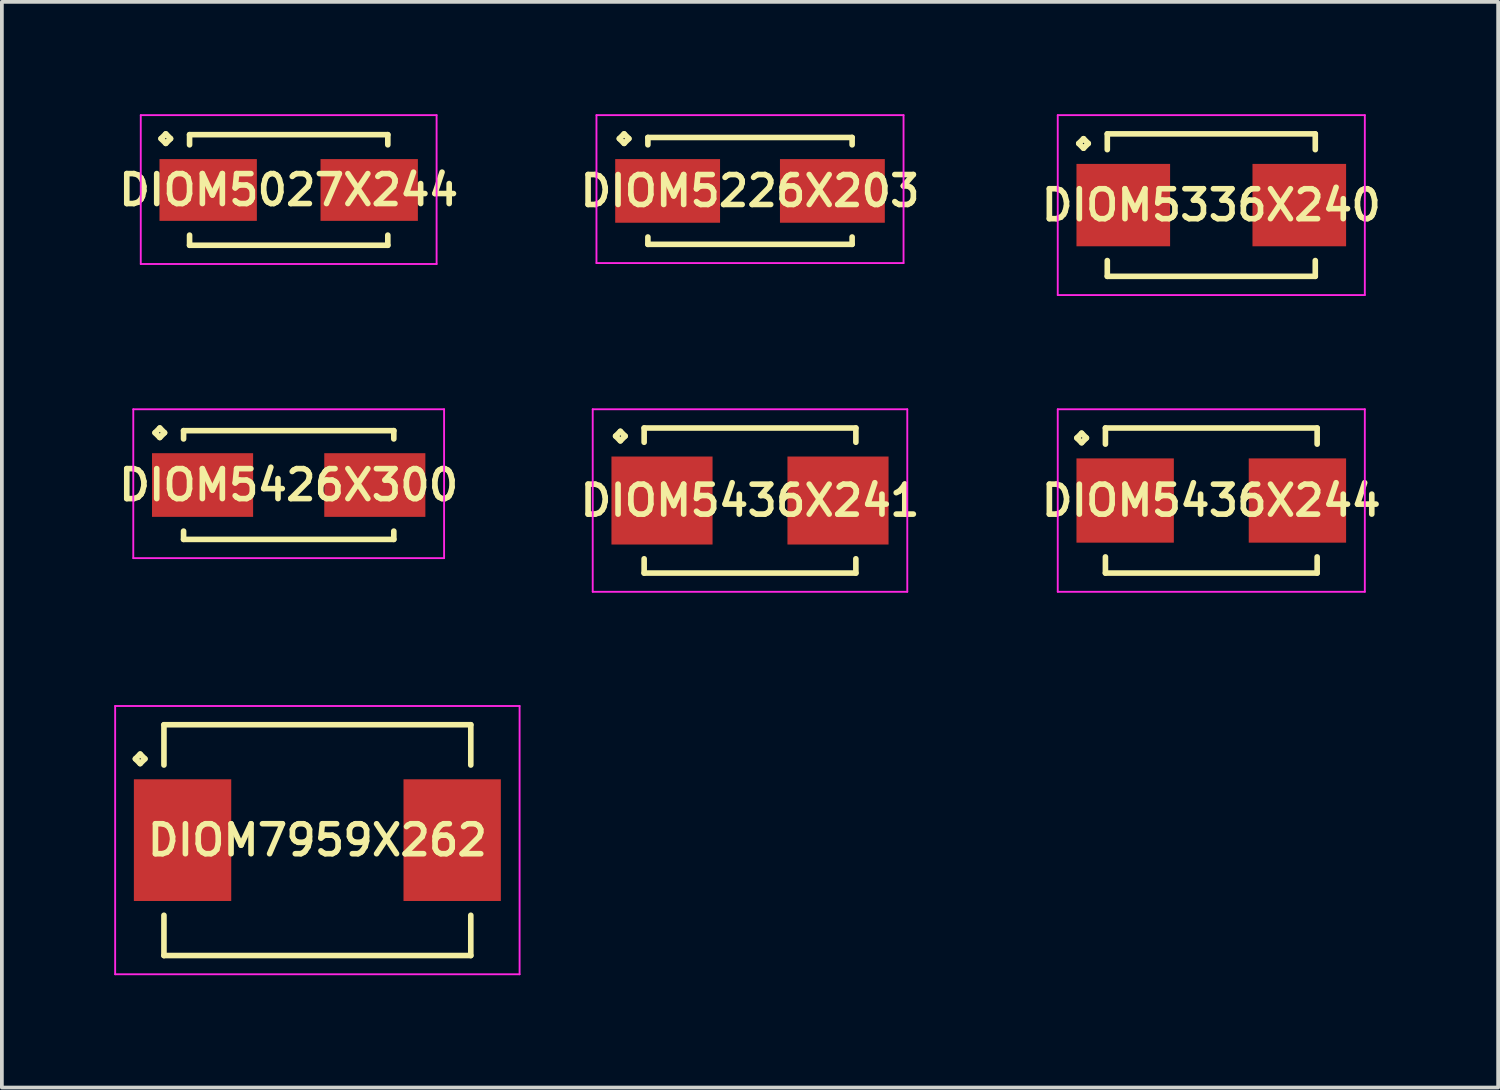
<source format=kicad_pcb>
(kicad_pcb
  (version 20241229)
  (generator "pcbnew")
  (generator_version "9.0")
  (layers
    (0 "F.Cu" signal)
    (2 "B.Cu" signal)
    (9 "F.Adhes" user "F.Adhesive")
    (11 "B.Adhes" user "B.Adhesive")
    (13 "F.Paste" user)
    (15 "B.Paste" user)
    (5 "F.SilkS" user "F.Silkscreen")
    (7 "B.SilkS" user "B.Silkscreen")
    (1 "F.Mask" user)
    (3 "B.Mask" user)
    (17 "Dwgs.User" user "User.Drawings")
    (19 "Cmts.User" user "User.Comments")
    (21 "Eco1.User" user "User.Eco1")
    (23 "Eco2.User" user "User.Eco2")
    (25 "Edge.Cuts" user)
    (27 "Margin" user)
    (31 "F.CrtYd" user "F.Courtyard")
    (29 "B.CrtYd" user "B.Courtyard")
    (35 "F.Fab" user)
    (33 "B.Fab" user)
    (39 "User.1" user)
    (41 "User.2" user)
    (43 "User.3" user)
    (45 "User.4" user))
  (footprint "DIOM7959X262"
    (layer "F.Cu")
    (at 5.425 19.385)
    (property "Reference" "DIOM7959X262" (at 0 0 0) (layer "F.SilkS") (effects (font (size 0.8 0.8) (thickness 0.15))))
    (attr smd)
    (fp_line (start -4.859 -2.171) (end -4.732 -2.298) (stroke (width 0.15) (type solid)) (layer "F.SilkS"))
    (fp_line (start -4.732 -2.298) (end -4.605 -2.171) (stroke (width 0.15) (type solid)) (layer "F.SilkS"))
    (fp_line (start -4.732 -2.044) (end -4.859 -2.171) (stroke (width 0.15) (type solid)) (layer "F.SilkS"))
    (fp_line (start -4.605 -2.171) (end -4.732 -2.044) (stroke (width 0.15) (type solid)) (layer "F.SilkS"))
    (fp_line (start -4.097 -3.082) (end 4.097 -3.082) (stroke (width 0.15) (type solid)) (layer "F.SilkS"))
    (fp_line (start -4.097 -2.006) (end -4.097 -3.082) (stroke (width 0.15) (type solid)) (layer "F.SilkS"))
    (fp_line (start -4.097 2.006) (end -4.097 3.082) (stroke (width 0.15) (type solid)) (layer "F.SilkS"))
    (fp_line (start -4.097 3.082) (end 4.097 3.082) (stroke (width 0.15) (type solid)) (layer "F.SilkS"))
    (fp_line (start 4.097 -3.082) (end 4.097 -2.006) (stroke (width 0.15) (type solid)) (layer "F.SilkS"))
    (fp_line (start 4.097 3.082) (end 4.097 2.006) (stroke (width 0.15) (type solid)) (layer "F.SilkS"))
    (fp_line (start -5.4 -3.582) (end 5.4 -3.582) (stroke (width 0.05) (type solid)) (layer "F.CrtYd"))
    (fp_line (start -5.4 3.582) (end -5.4 -3.582) (stroke (width 0.05) (type solid)) (layer "F.CrtYd"))
    (fp_line (start 5.4 -3.582) (end 5.4 3.582) (stroke (width 0.05) (type solid)) (layer "F.CrtYd"))
    (fp_line (start 5.4 3.582) (end -5.4 3.582) (stroke (width 0.05) (type solid)) (layer "F.CrtYd"))
    (pad "1" smd rect (at -3.6 0) (size 2.6 3.25) (layers "F.Cu" "F.Mask" "F.Paste"))
    (pad "2" smd rect (at 3.6 0) (size 2.6 3.25) (layers "F.Cu" "F.Mask" "F.Paste")))
  (footprint "DIOM5436X241"
    (layer "F.Cu")
    (at 16.978 10.316)
    (property "Reference" "DIOM5436X241" (at 0 0 0) (layer "F.SilkS") (effects (font (size 0.8 0.8) (thickness 0.15))))
    (attr smd)
    (fp_line (start -3.589 -1.721) (end -3.462 -1.848) (stroke (width 0.15) (type solid)) (layer "F.SilkS"))
    (fp_line (start -3.462 -1.848) (end -3.335 -1.721) (stroke (width 0.15) (type solid)) (layer "F.SilkS"))
    (fp_line (start -3.462 -1.594) (end -3.589 -1.721) (stroke (width 0.15) (type solid)) (layer "F.SilkS"))
    (fp_line (start -3.335 -1.721) (end -3.462 -1.594) (stroke (width 0.15) (type solid)) (layer "F.SilkS"))
    (fp_line (start -2.827 -1.937) (end 2.827 -1.937) (stroke (width 0.15) (type solid)) (layer "F.SilkS"))
    (fp_line (start -2.827 -1.556) (end -2.827 -1.937) (stroke (width 0.15) (type solid)) (layer "F.SilkS"))
    (fp_line (start -2.827 1.556) (end -2.827 1.937) (stroke (width 0.15) (type solid)) (layer "F.SilkS"))
    (fp_line (start -2.827 1.937) (end 2.827 1.937) (stroke (width 0.15) (type solid)) (layer "F.SilkS"))
    (fp_line (start 2.827 -1.937) (end 2.827 -1.556) (stroke (width 0.15) (type solid)) (layer "F.SilkS"))
    (fp_line (start 2.827 1.937) (end 2.827 1.556) (stroke (width 0.15) (type solid)) (layer "F.SilkS"))
    (fp_line (start -4.2 -2.437) (end 4.2 -2.437) (stroke (width 0.05) (type solid)) (layer "F.CrtYd"))
    (fp_line (start -4.2 2.437) (end -4.2 -2.437) (stroke (width 0.05) (type solid)) (layer "F.CrtYd"))
    (fp_line (start 4.2 -2.437) (end 4.2 2.437) (stroke (width 0.05) (type solid)) (layer "F.CrtYd"))
    (fp_line (start 4.2 2.437) (end -4.2 2.437) (stroke (width 0.05) (type solid)) (layer "F.CrtYd"))
    (pad "1" smd rect (at -2.35 0) (size 2.7 2.35) (layers "F.Cu" "F.Mask" "F.Paste"))
    (pad "2" smd rect (at 2.35 0) (size 2.7 2.35) (layers "F.Cu" "F.Mask" "F.Paste")))
  (footprint "DIOM5336X240"
    (layer "F.Cu")
    (at 29.296 2.427)
    (property "Reference" "DIOM5336X240" (at 0 0 0) (layer "F.SilkS") (effects (font (size 0.8 0.8) (thickness 0.15))))
    (attr smd)
    (fp_line (start -3.539 -1.646) (end -3.412 -1.773) (stroke (width 0.15) (type solid)) (layer "F.SilkS"))
    (fp_line (start -3.412 -1.773) (end -3.285 -1.646) (stroke (width 0.15) (type solid)) (layer "F.SilkS"))
    (fp_line (start -3.412 -1.519) (end -3.539 -1.646) (stroke (width 0.15) (type solid)) (layer "F.SilkS"))
    (fp_line (start -3.285 -1.646) (end -3.412 -1.519) (stroke (width 0.15) (type solid)) (layer "F.SilkS"))
    (fp_line (start -2.777 -1.902) (end 2.777 -1.902) (stroke (width 0.15) (type solid)) (layer "F.SilkS"))
    (fp_line (start -2.777 -1.481) (end -2.777 -1.902) (stroke (width 0.15) (type solid)) (layer "F.SilkS"))
    (fp_line (start -2.777 1.481) (end -2.777 1.902) (stroke (width 0.15) (type solid)) (layer "F.SilkS"))
    (fp_line (start -2.777 1.902) (end 2.777 1.902) (stroke (width 0.15) (type solid)) (layer "F.SilkS"))
    (fp_line (start 2.777 -1.902) (end 2.777 -1.481) (stroke (width 0.15) (type solid)) (layer "F.SilkS"))
    (fp_line (start 2.777 1.902) (end 2.777 1.481) (stroke (width 0.15) (type solid)) (layer "F.SilkS"))
    (fp_line (start -4.1 -2.402) (end 4.1 -2.402) (stroke (width 0.05) (type solid)) (layer "F.CrtYd"))
    (fp_line (start -4.1 2.402) (end -4.1 -2.402) (stroke (width 0.05) (type solid)) (layer "F.CrtYd"))
    (fp_line (start 4.1 -2.402) (end 4.1 2.402) (stroke (width 0.05) (type solid)) (layer "F.CrtYd"))
    (fp_line (start 4.1 2.402) (end -4.1 2.402) (stroke (width 0.05) (type solid)) (layer "F.CrtYd"))
    (pad "1" smd rect (at -2.35 0) (size 2.5 2.2) (layers "F.Cu" "F.Mask" "F.Paste"))
    (pad "2" smd rect (at 2.35 0) (size 2.5 2.2) (layers "F.Cu" "F.Mask" "F.Paste")))
  (footprint "DIOM5436X244"
    (layer "F.Cu")
    (at 29.296 10.316)
    (property "Reference" "DIOM5436X244" (at 0 0 0) (layer "F.SilkS") (effects (font (size 0.8 0.8) (thickness 0.15))))
    (attr smd)
    (fp_line (start -3.589 -1.671) (end -3.462 -1.798) (stroke (width 0.15) (type solid)) (layer "F.SilkS"))
    (fp_line (start -3.462 -1.798) (end -3.335 -1.671) (stroke (width 0.15) (type solid)) (layer "F.SilkS"))
    (fp_line (start -3.462 -1.544) (end -3.589 -1.671) (stroke (width 0.15) (type solid)) (layer "F.SilkS"))
    (fp_line (start -3.335 -1.671) (end -3.462 -1.544) (stroke (width 0.15) (type solid)) (layer "F.SilkS"))
    (fp_line (start -2.827 -1.937) (end 2.827 -1.937) (stroke (width 0.15) (type solid)) (layer "F.SilkS"))
    (fp_line (start -2.827 -1.506) (end -2.827 -1.937) (stroke (width 0.15) (type solid)) (layer "F.SilkS"))
    (fp_line (start -2.827 1.506) (end -2.827 1.937) (stroke (width 0.15) (type solid)) (layer "F.SilkS"))
    (fp_line (start -2.827 1.937) (end 2.827 1.937) (stroke (width 0.15) (type solid)) (layer "F.SilkS"))
    (fp_line (start 2.827 -1.937) (end 2.827 -1.506) (stroke (width 0.15) (type solid)) (layer "F.SilkS"))
    (fp_line (start 2.827 1.937) (end 2.827 1.506) (stroke (width 0.15) (type solid)) (layer "F.SilkS"))
    (fp_line (start -4.1 -2.437) (end 4.1 -2.437) (stroke (width 0.05) (type solid)) (layer "F.CrtYd"))
    (fp_line (start -4.1 2.437) (end -4.1 -2.437) (stroke (width 0.05) (type solid)) (layer "F.CrtYd"))
    (fp_line (start 4.1 -2.437) (end 4.1 2.437) (stroke (width 0.05) (type solid)) (layer "F.CrtYd"))
    (fp_line (start 4.1 2.437) (end -4.1 2.437) (stroke (width 0.05) (type solid)) (layer "F.CrtYd"))
    (pad "1" smd rect (at -2.3 0) (size 2.6 2.25) (layers "F.Cu" "F.Mask" "F.Paste"))
    (pad "2" smd rect (at 2.3 0) (size 2.6 2.25) (layers "F.Cu" "F.Mask" "F.Paste")))
  (footprint "DIOM5226X203"
    (layer "F.Cu")
    (at 16.978 2.048)
    (property "Reference" "DIOM5226X203" (at 0 0 0) (layer "F.SilkS") (effects (font (size 0.8 0.8) (thickness 0.15))))
    (attr smd)
    (fp_line (start -3.489 -1.396) (end -3.362 -1.523) (stroke (width 0.15) (type solid)) (layer "F.SilkS"))
    (fp_line (start -3.362 -1.523) (end -3.235 -1.396) (stroke (width 0.15) (type solid)) (layer "F.SilkS"))
    (fp_line (start -3.362 -1.269) (end -3.489 -1.396) (stroke (width 0.15) (type solid)) (layer "F.SilkS"))
    (fp_line (start -3.235 -1.396) (end -3.362 -1.269) (stroke (width 0.15) (type solid)) (layer "F.SilkS"))
    (fp_line (start -2.727 -1.427) (end 2.727 -1.427) (stroke (width 0.15) (type solid)) (layer "F.SilkS"))
    (fp_line (start -2.727 -1.231) (end -2.727 -1.427) (stroke (width 0.15) (type solid)) (layer "F.SilkS"))
    (fp_line (start -2.727 1.231) (end -2.727 1.427) (stroke (width 0.15) (type solid)) (layer "F.SilkS"))
    (fp_line (start -2.727 1.427) (end 2.727 1.427) (stroke (width 0.15) (type solid)) (layer "F.SilkS"))
    (fp_line (start 2.727 -1.427) (end 2.727 -1.231) (stroke (width 0.15) (type solid)) (layer "F.SilkS"))
    (fp_line (start 2.727 1.427) (end 2.727 1.231) (stroke (width 0.15) (type solid)) (layer "F.SilkS"))
    (fp_line (start -4.1 -2.023) (end 4.1 -2.023) (stroke (width 0.05) (type solid)) (layer "F.CrtYd"))
    (fp_line (start -4.1 1.927) (end -4.1 -2.023) (stroke (width 0.05) (type solid)) (layer "F.CrtYd"))
    (fp_line (start 4.1 -2.023) (end 4.1 1.927) (stroke (width 0.05) (type solid)) (layer "F.CrtYd"))
    (fp_line (start 4.1 1.927) (end -4.1 1.927) (stroke (width 0.05) (type solid)) (layer "F.CrtYd"))
    (pad "1" smd rect (at -2.2 0) (size 2.8 1.7) (layers "F.Cu" "F.Mask" "F.Paste"))
    (pad "2" smd rect (at 2.2 0) (size 2.8 1.7) (layers "F.Cu" "F.Mask" "F.Paste")))
  (footprint "DIOM5426X300"
    (layer "F.Cu")
    (at 4.659 9.902)
    (property "Reference" "DIOM5426X300" (at 0 0 0) (layer "F.SilkS") (effects (font (size 0.8 0.8) (thickness 0.15))))
    (attr smd)
    (fp_line (start -3.569 -1.396) (end -3.442 -1.523) (stroke (width 0.15) (type solid)) (layer "F.SilkS"))
    (fp_line (start -3.442 -1.523) (end -3.315 -1.396) (stroke (width 0.15) (type solid)) (layer "F.SilkS"))
    (fp_line (start -3.442 -1.269) (end -3.569 -1.396) (stroke (width 0.15) (type solid)) (layer "F.SilkS"))
    (fp_line (start -3.315 -1.396) (end -3.442 -1.269) (stroke (width 0.15) (type solid)) (layer "F.SilkS"))
    (fp_line (start -2.807 -1.452) (end 2.807 -1.452) (stroke (width 0.15) (type solid)) (layer "F.SilkS"))
    (fp_line (start -2.807 -1.231) (end -2.807 -1.452) (stroke (width 0.15) (type solid)) (layer "F.SilkS"))
    (fp_line (start -2.807 1.231) (end -2.807 1.452) (stroke (width 0.15) (type solid)) (layer "F.SilkS"))
    (fp_line (start -2.807 1.452) (end 2.807 1.452) (stroke (width 0.15) (type solid)) (layer "F.SilkS"))
    (fp_line (start 2.807 -1.452) (end 2.807 -1.231) (stroke (width 0.15) (type solid)) (layer "F.SilkS"))
    (fp_line (start 2.807 1.452) (end 2.807 1.231) (stroke (width 0.15) (type solid)) (layer "F.SilkS"))
    (fp_line (start -4.15 -2.023) (end 4.15 -2.023) (stroke (width 0.05) (type solid)) (layer "F.CrtYd"))
    (fp_line (start -4.15 1.952) (end -4.15 -2.023) (stroke (width 0.05) (type solid)) (layer "F.CrtYd"))
    (fp_line (start 4.15 -2.023) (end 4.15 1.952) (stroke (width 0.05) (type solid)) (layer "F.CrtYd"))
    (fp_line (start 4.15 1.952) (end -4.15 1.952) (stroke (width 0.05) (type solid)) (layer "F.CrtYd"))
    (pad "1" smd rect (at -2.3 0) (size 2.7 1.7) (layers "F.Cu" "F.Mask" "F.Paste"))
    (pad "2" smd rect (at 2.3 0) (size 2.7 1.7) (layers "F.Cu" "F.Mask" "F.Paste")))
  (footprint "DIOM5027X244"
    (layer "F.Cu")
    (at 4.659 2.023)
    (property "Reference" "DIOM5027X244" (at 0 0 0) (layer "F.SilkS") (effects (font (size 0.8 0.8) (thickness 0.15))))
    (attr smd)
    (fp_line (start -3.409 -1.371) (end -3.282 -1.498) (stroke (width 0.15) (type solid)) (layer "F.SilkS"))
    (fp_line (start -3.282 -1.498) (end -3.155 -1.371) (stroke (width 0.15) (type solid)) (layer "F.SilkS"))
    (fp_line (start -3.282 -1.244) (end -3.409 -1.371) (stroke (width 0.15) (type solid)) (layer "F.SilkS"))
    (fp_line (start -3.155 -1.371) (end -3.282 -1.244) (stroke (width 0.15) (type solid)) (layer "F.SilkS"))
    (fp_line (start -2.647 -1.477) (end 2.647 -1.477) (stroke (width 0.15) (type solid)) (layer "F.SilkS"))
    (fp_line (start -2.647 -1.206) (end -2.647 -1.477) (stroke (width 0.15) (type solid)) (layer "F.SilkS"))
    (fp_line (start -2.647 1.206) (end -2.647 1.477) (stroke (width 0.15) (type solid)) (layer "F.SilkS"))
    (fp_line (start -2.647 1.477) (end 2.647 1.477) (stroke (width 0.15) (type solid)) (layer "F.SilkS"))
    (fp_line (start 2.647 -1.477) (end 2.647 -1.206) (stroke (width 0.15) (type solid)) (layer "F.SilkS"))
    (fp_line (start 2.647 1.477) (end 2.647 1.206) (stroke (width 0.15) (type solid)) (layer "F.SilkS"))
    (fp_line (start -3.95 -1.998) (end 3.95 -1.998) (stroke (width 0.05) (type solid)) (layer "F.CrtYd"))
    (fp_line (start -3.95 1.977) (end -3.95 -1.998) (stroke (width 0.05) (type solid)) (layer "F.CrtYd"))
    (fp_line (start 3.95 -1.998) (end 3.95 1.977) (stroke (width 0.05) (type solid)) (layer "F.CrtYd"))
    (fp_line (start 3.95 1.977) (end -3.95 1.977) (stroke (width 0.05) (type solid)) (layer "F.CrtYd"))
    (pad "1" smd rect (at -2.15 0) (size 2.6 1.65) (layers "F.Cu" "F.Mask" "F.Paste"))
    (pad "2" smd rect (at 2.15 0) (size 2.6 1.65) (layers "F.Cu" "F.Mask" "F.Paste")))
  (gr_rect
    (start -3 -3)
    (end 36.956 25.992)
    (stroke (width 0.1) (type default))
    (fill no)
    (layer "Edge.Cuts")))
</source>
